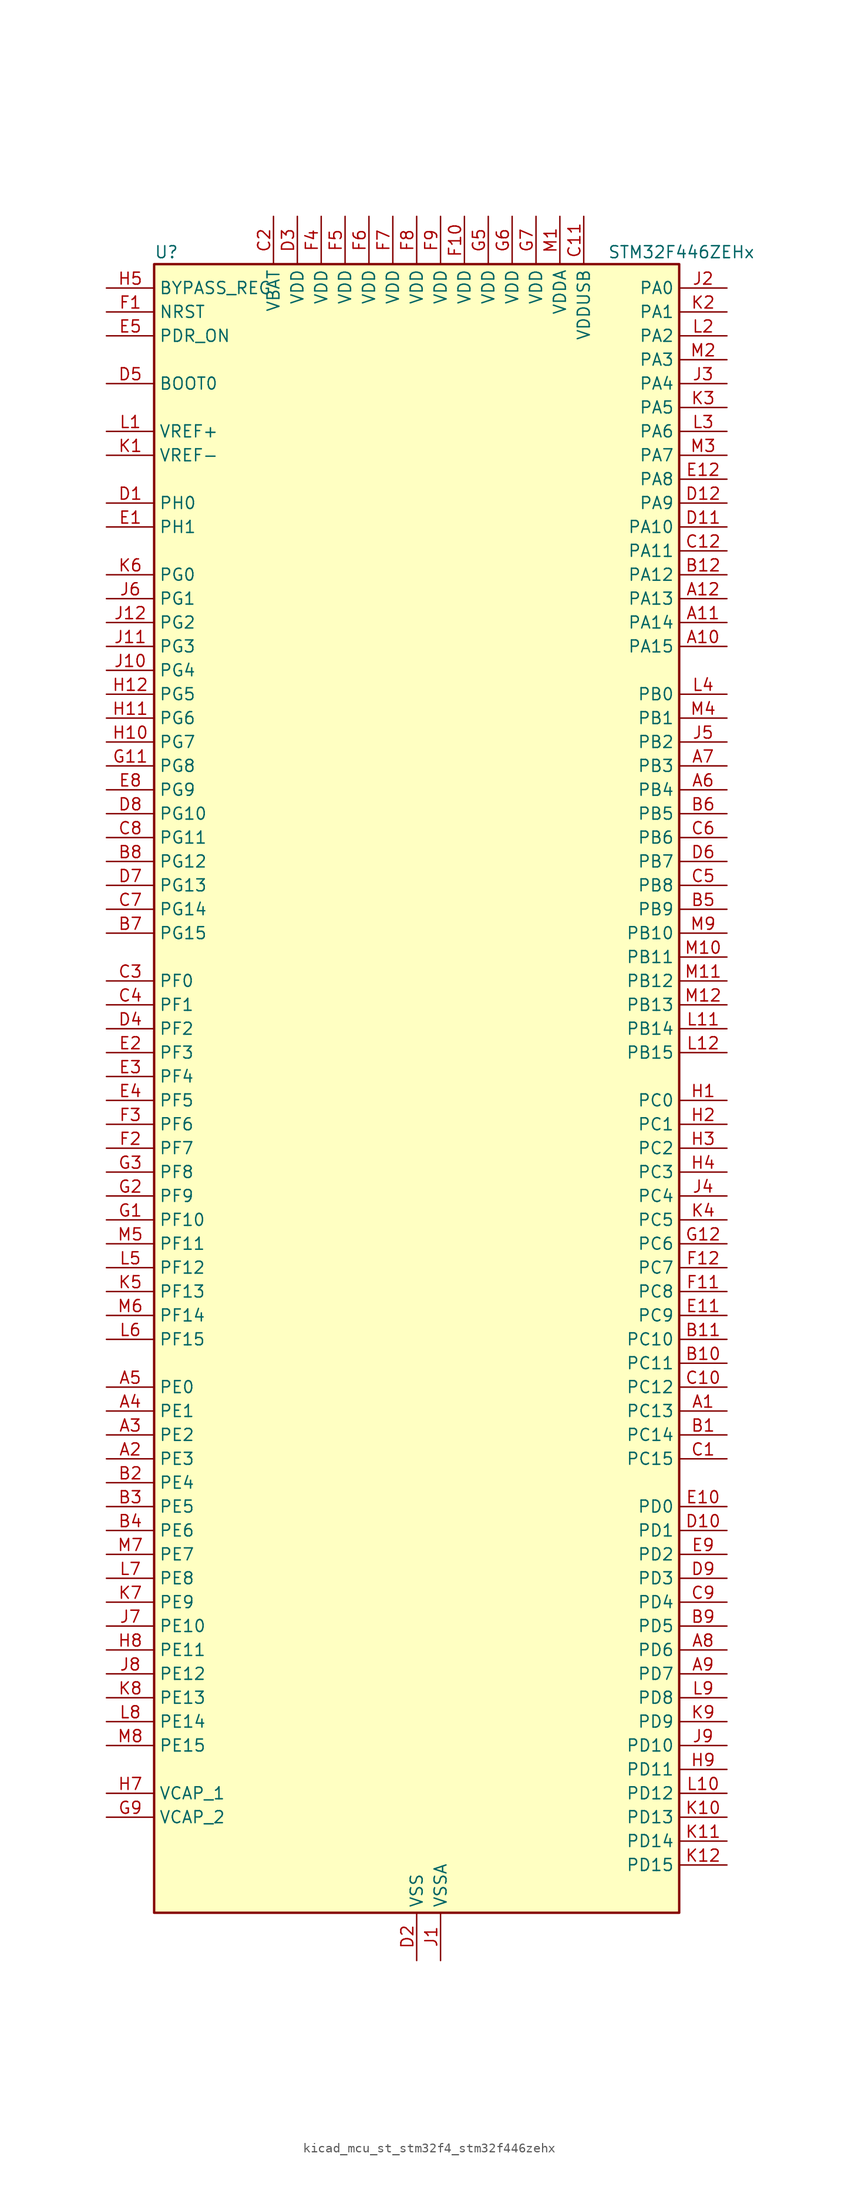
<source format=kicad_sym>
(kicad_symbol_lib
  (version 20220914)
  (generator kicad_symbol_editor)
  (symbol "kicad_mcu_st_stm32f4_stm32f446zehx"
    (property "Reference" "U"
      (at -27.94 90.17 0)
      (effects (font (size 1.27 1.27)) (justify left)))
    (property "Value" "STM32F446ZEHx"
      (at 20.32 90.17 0)
      (effects (font (size 1.27 1.27)) (justify left)))
    (property "ki_locked" ""
      (at 0 0 0)
      (effects (font (size 1.27 1.27))))
    (symbol "kicad_mcu_st_stm32f4_stm32f446zehx_0_1"
      (rectangle (start -27.94 -86.36) (end 27.94 88.9) (stroke (width 0.254) (type default)) (fill (type background))))
    (symbol "kicad_mcu_st_stm32f4_stm32f446zehx_1_1"
      (pin bidirectional line (at 33.02 -33.02 180) (length 5.08) (name "PC13" (effects (font (size 1.27 1.27)))) (number "A1" (effects (font (size 1.27 1.27)))) (alternate "RTC_AF1" bidirectional line) (alternate "SYS_WKUP1" bidirectional line))
      (pin bidirectional line (at 33.02 48.26 180) (length 5.08) (name "PA15" (effects (font (size 1.27 1.27)))) (number "A10" (effects (font (size 1.27 1.27)))) (alternate "ADC1_EXTI15" bidirectional line) (alternate "ADC2_EXTI15" bidirectional line) (alternate "ADC3_EXTI15" bidirectional line) (alternate "CEC" bidirectional line) (alternate "I2S1_WS" bidirectional line) (alternate "I2S3_WS" bidirectional line) (alternate "SPI1_NSS" bidirectional line) (alternate "SPI3_NSS" bidirectional line) (alternate "SYS_JTDI" bidirectional line) (alternate "TIM2_CH1" bidirectional line) (alternate "TIM2_ETR" bidirectional line) (alternate "UART4_RTS" bidirectional line))
      (pin bidirectional line (at 33.02 50.8 180) (length 5.08) (name "PA14" (effects (font (size 1.27 1.27)))) (number "A11" (effects (font (size 1.27 1.27)))) (alternate "SYS_JTCK-SWCLK" bidirectional line))
      (pin bidirectional line (at 33.02 53.34 180) (length 5.08) (name "PA13" (effects (font (size 1.27 1.27)))) (number "A12" (effects (font (size 1.27 1.27)))) (alternate "SYS_JTMS-SWDIO" bidirectional line))
      (pin bidirectional line (at -33.02 -38.1 0) (length 5.08) (name "PE3" (effects (font (size 1.27 1.27)))) (number "A2" (effects (font (size 1.27 1.27)))) (alternate "FMC_A19" bidirectional line) (alternate "SAI1_SD_B" bidirectional line) (alternate "SYS_TRACED0" bidirectional line))
      (pin bidirectional line (at -33.02 -35.56 0) (length 5.08) (name "PE2" (effects (font (size 1.27 1.27)))) (number "A3" (effects (font (size 1.27 1.27)))) (alternate "FMC_A23" bidirectional line) (alternate "QUADSPI_BK1_IO2" bidirectional line) (alternate "SAI1_MCLK_A" bidirectional line) (alternate "SPI4_SCK" bidirectional line) (alternate "SYS_TRACECLK" bidirectional line))
      (pin bidirectional line (at -33.02 -33.02 0) (length 5.08) (name "PE1" (effects (font (size 1.27 1.27)))) (number "A4" (effects (font (size 1.27 1.27)))) (alternate "DCMI_D3" bidirectional line) (alternate "FMC_NBL1" bidirectional line))
      (pin bidirectional line (at -33.02 -30.48 0) (length 5.08) (name "PE0" (effects (font (size 1.27 1.27)))) (number "A5" (effects (font (size 1.27 1.27)))) (alternate "DCMI_D2" bidirectional line) (alternate "FMC_NBL0" bidirectional line) (alternate "SAI2_MCLK_A" bidirectional line) (alternate "TIM4_ETR" bidirectional line))
      (pin bidirectional line (at 33.02 33.02 180) (length 5.08) (name "PB4" (effects (font (size 1.27 1.27)))) (number "A6" (effects (font (size 1.27 1.27)))) (alternate "I2C3_SDA" bidirectional line) (alternate "I2S2_WS" bidirectional line) (alternate "SPI1_MISO" bidirectional line) (alternate "SPI2_NSS" bidirectional line) (alternate "SPI3_MISO" bidirectional line) (alternate "SYS_JTRST" bidirectional line) (alternate "TIM3_CH1" bidirectional line))
      (pin bidirectional line (at 33.02 35.56 180) (length 5.08) (name "PB3" (effects (font (size 1.27 1.27)))) (number "A7" (effects (font (size 1.27 1.27)))) (alternate "I2C2_SDA" bidirectional line) (alternate "I2S1_CK" bidirectional line) (alternate "I2S3_CK" bidirectional line) (alternate "SPI1_SCK" bidirectional line) (alternate "SPI3_SCK" bidirectional line) (alternate "SYS_JTDO-SWO" bidirectional line) (alternate "TIM2_CH2" bidirectional line))
      (pin bidirectional line (at 33.02 -58.42 180) (length 5.08) (name "PD6" (effects (font (size 1.27 1.27)))) (number "A8" (effects (font (size 1.27 1.27)))) (alternate "DCMI_D10" bidirectional line) (alternate "FMC_NWAIT" bidirectional line) (alternate "I2S3_SD" bidirectional line) (alternate "SAI1_SD_A" bidirectional line) (alternate "SPI3_MOSI" bidirectional line) (alternate "USART2_RX" bidirectional line))
      (pin bidirectional line (at 33.02 -60.96 180) (length 5.08) (name "PD7" (effects (font (size 1.27 1.27)))) (number "A9" (effects (font (size 1.27 1.27)))) (alternate "FMC_NE1" bidirectional line) (alternate "SPDIFRX_IN0" bidirectional line) (alternate "USART2_CK" bidirectional line))
      (pin bidirectional line (at 33.02 -35.56 180) (length 5.08) (name "PC14" (effects (font (size 1.27 1.27)))) (number "B1" (effects (font (size 1.27 1.27)))) (alternate "RCC_OSC32_IN" bidirectional line))
      (pin bidirectional line (at 33.02 -27.94 180) (length 5.08) (name "PC11" (effects (font (size 1.27 1.27)))) (number "B10" (effects (font (size 1.27 1.27)))) (alternate "ADC1_EXTI11" bidirectional line) (alternate "ADC2_EXTI11" bidirectional line) (alternate "ADC3_EXTI11" bidirectional line) (alternate "DCMI_D4" bidirectional line) (alternate "QUADSPI_BK2_NCS" bidirectional line) (alternate "SDIO_D3" bidirectional line) (alternate "SPI3_MISO" bidirectional line) (alternate "UART4_RX" bidirectional line) (alternate "USART3_RX" bidirectional line))
      (pin bidirectional line (at 33.02 -25.4 180) (length 5.08) (name "PC10" (effects (font (size 1.27 1.27)))) (number "B11" (effects (font (size 1.27 1.27)))) (alternate "DCMI_D8" bidirectional line) (alternate "I2S3_CK" bidirectional line) (alternate "QUADSPI_BK1_IO1" bidirectional line) (alternate "SDIO_D2" bidirectional line) (alternate "SPI3_SCK" bidirectional line) (alternate "UART4_TX" bidirectional line) (alternate "USART3_TX" bidirectional line))
      (pin bidirectional line (at 33.02 55.88 180) (length 5.08) (name "PA12" (effects (font (size 1.27 1.27)))) (number "B12" (effects (font (size 1.27 1.27)))) (alternate "CAN1_TX" bidirectional line) (alternate "SAI2_FS_B" bidirectional line) (alternate "TIM1_ETR" bidirectional line) (alternate "USART1_RTS" bidirectional line) (alternate "USB_OTG_FS_DP" bidirectional line))
      (pin bidirectional line (at -33.02 -40.64 0) (length 5.08) (name "PE4" (effects (font (size 1.27 1.27)))) (number "B2" (effects (font (size 1.27 1.27)))) (alternate "DCMI_D4" bidirectional line) (alternate "FMC_A20" bidirectional line) (alternate "SAI1_FS_A" bidirectional line) (alternate "SPI4_NSS" bidirectional line) (alternate "SYS_TRACED1" bidirectional line))
      (pin bidirectional line (at -33.02 -43.18 0) (length 5.08) (name "PE5" (effects (font (size 1.27 1.27)))) (number "B3" (effects (font (size 1.27 1.27)))) (alternate "DCMI_D6" bidirectional line) (alternate "FMC_A21" bidirectional line) (alternate "SAI1_SCK_A" bidirectional line) (alternate "SPI4_MISO" bidirectional line) (alternate "SYS_TRACED2" bidirectional line) (alternate "TIM9_CH1" bidirectional line))
      (pin bidirectional line (at -33.02 -45.72 0) (length 5.08) (name "PE6" (effects (font (size 1.27 1.27)))) (number "B4" (effects (font (size 1.27 1.27)))) (alternate "DCMI_D7" bidirectional line) (alternate "FMC_A22" bidirectional line) (alternate "SAI1_SD_A" bidirectional line) (alternate "SPI4_MOSI" bidirectional line) (alternate "SYS_TRACED3" bidirectional line) (alternate "TIM9_CH2" bidirectional line))
      (pin bidirectional line (at 33.02 20.32 180) (length 5.08) (name "PB9" (effects (font (size 1.27 1.27)))) (number "B5" (effects (font (size 1.27 1.27)))) (alternate "CAN1_TX" bidirectional line) (alternate "DAC_EXTI9" bidirectional line) (alternate "DCMI_D7" bidirectional line) (alternate "I2C1_SDA" bidirectional line) (alternate "I2S2_WS" bidirectional line) (alternate "SAI1_FS_B" bidirectional line) (alternate "SDIO_D5" bidirectional line) (alternate "SPI2_NSS" bidirectional line) (alternate "TIM11_CH1" bidirectional line) (alternate "TIM2_CH2" bidirectional line) (alternate "TIM4_CH4" bidirectional line))
      (pin bidirectional line (at 33.02 30.48 180) (length 5.08) (name "PB5" (effects (font (size 1.27 1.27)))) (number "B6" (effects (font (size 1.27 1.27)))) (alternate "CAN2_RX" bidirectional line) (alternate "DCMI_D10" bidirectional line) (alternate "FMC_SDCKE1" bidirectional line) (alternate "I2C1_SMBA" bidirectional line) (alternate "I2S1_SD" bidirectional line) (alternate "I2S3_SD" bidirectional line) (alternate "SPI1_MOSI" bidirectional line) (alternate "SPI3_MOSI" bidirectional line) (alternate "TIM3_CH2" bidirectional line) (alternate "USB_OTG_HS_ULPI_D7" bidirectional line))
      (pin bidirectional line (at -33.02 17.78 0) (length 5.08) (name "PG15" (effects (font (size 1.27 1.27)))) (number "B7" (effects (font (size 1.27 1.27)))) (alternate "ADC1_EXTI15" bidirectional line) (alternate "ADC2_EXTI15" bidirectional line) (alternate "ADC3_EXTI15" bidirectional line) (alternate "DCMI_D13" bidirectional line) (alternate "FMC_SDNCAS" bidirectional line) (alternate "USART6_CTS" bidirectional line))
      (pin bidirectional line (at -33.02 25.4 0) (length 5.08) (name "PG12" (effects (font (size 1.27 1.27)))) (number "B8" (effects (font (size 1.27 1.27)))) (alternate "FMC_NE4" bidirectional line) (alternate "SPDIFRX_IN1" bidirectional line) (alternate "SPI4_MISO" bidirectional line) (alternate "USART6_RTS" bidirectional line))
      (pin bidirectional line (at 33.02 -55.88 180) (length 5.08) (name "PD5" (effects (font (size 1.27 1.27)))) (number "B9" (effects (font (size 1.27 1.27)))) (alternate "FMC_NWE" bidirectional line) (alternate "USART2_TX" bidirectional line))
      (pin bidirectional line (at 33.02 -38.1 180) (length 5.08) (name "PC15" (effects (font (size 1.27 1.27)))) (number "C1" (effects (font (size 1.27 1.27)))) (alternate "ADC1_EXTI15" bidirectional line) (alternate "ADC2_EXTI15" bidirectional line) (alternate "ADC3_EXTI15" bidirectional line) (alternate "RCC_OSC32_OUT" bidirectional line))
      (pin bidirectional line (at 33.02 -30.48 180) (length 5.08) (name "PC12" (effects (font (size 1.27 1.27)))) (number "C10" (effects (font (size 1.27 1.27)))) (alternate "DCMI_D9" bidirectional line) (alternate "I2C2_SDA" bidirectional line) (alternate "I2S3_SD" bidirectional line) (alternate "SDIO_CK" bidirectional line) (alternate "SPI3_MOSI" bidirectional line) (alternate "UART5_TX" bidirectional line) (alternate "USART3_CK" bidirectional line))
      (pin power_in line (at 17.78 93.98 270) (length 5.08) (name "VDDUSB" (effects (font (size 1.27 1.27)))) (number "C11" (effects (font (size 1.27 1.27)))))
      (pin bidirectional line (at 33.02 58.42 180) (length 5.08) (name "PA11" (effects (font (size 1.27 1.27)))) (number "C12" (effects (font (size 1.27 1.27)))) (alternate "ADC1_EXTI11" bidirectional line) (alternate "ADC2_EXTI11" bidirectional line) (alternate "ADC3_EXTI11" bidirectional line) (alternate "CAN1_RX" bidirectional line) (alternate "TIM1_CH4" bidirectional line) (alternate "USART1_CTS" bidirectional line) (alternate "USB_OTG_FS_DM" bidirectional line))
      (pin power_in line (at -15.24 93.98 270) (length 5.08) (name "VBAT" (effects (font (size 1.27 1.27)))) (number "C2" (effects (font (size 1.27 1.27)))))
      (pin bidirectional line (at -33.02 12.7 0) (length 5.08) (name "PF0" (effects (font (size 1.27 1.27)))) (number "C3" (effects (font (size 1.27 1.27)))) (alternate "FMC_A0" bidirectional line) (alternate "I2C2_SDA" bidirectional line))
      (pin bidirectional line (at -33.02 10.16 0) (length 5.08) (name "PF1" (effects (font (size 1.27 1.27)))) (number "C4" (effects (font (size 1.27 1.27)))) (alternate "FMC_A1" bidirectional line) (alternate "I2C2_SCL" bidirectional line))
      (pin bidirectional line (at 33.02 22.86 180) (length 5.08) (name "PB8" (effects (font (size 1.27 1.27)))) (number "C5" (effects (font (size 1.27 1.27)))) (alternate "CAN1_RX" bidirectional line) (alternate "DCMI_D6" bidirectional line) (alternate "I2C1_SCL" bidirectional line) (alternate "SDIO_D4" bidirectional line) (alternate "TIM10_CH1" bidirectional line) (alternate "TIM2_CH1" bidirectional line) (alternate "TIM2_ETR" bidirectional line) (alternate "TIM4_CH3" bidirectional line))
      (pin bidirectional line (at 33.02 27.94 180) (length 5.08) (name "PB6" (effects (font (size 1.27 1.27)))) (number "C6" (effects (font (size 1.27 1.27)))) (alternate "CAN2_TX" bidirectional line) (alternate "CEC" bidirectional line) (alternate "DCMI_D5" bidirectional line) (alternate "FMC_SDNE1" bidirectional line) (alternate "I2C1_SCL" bidirectional line) (alternate "QUADSPI_BK1_NCS" bidirectional line) (alternate "TIM4_CH1" bidirectional line) (alternate "USART1_TX" bidirectional line))
      (pin bidirectional line (at -33.02 20.32 0) (length 5.08) (name "PG14" (effects (font (size 1.27 1.27)))) (number "C7" (effects (font (size 1.27 1.27)))) (alternate "FMC_A25" bidirectional line) (alternate "QUADSPI_BK2_IO3" bidirectional line) (alternate "SPI4_NSS" bidirectional line) (alternate "SYS_TRACED3" bidirectional line) (alternate "USART6_TX" bidirectional line))
      (pin bidirectional line (at -33.02 27.94 0) (length 5.08) (name "PG11" (effects (font (size 1.27 1.27)))) (number "C8" (effects (font (size 1.27 1.27)))) (alternate "ADC1_EXTI11" bidirectional line) (alternate "ADC2_EXTI11" bidirectional line) (alternate "ADC3_EXTI11" bidirectional line) (alternate "DCMI_D3" bidirectional line) (alternate "SPDIFRX_IN0" bidirectional line) (alternate "SPI4_SCK" bidirectional line))
      (pin bidirectional line (at 33.02 -53.34 180) (length 5.08) (name "PD4" (effects (font (size 1.27 1.27)))) (number "C9" (effects (font (size 1.27 1.27)))) (alternate "FMC_NOE" bidirectional line) (alternate "USART2_RTS" bidirectional line))
      (pin bidirectional line (at -33.02 63.5 0) (length 5.08) (name "PH0" (effects (font (size 1.27 1.27)))) (number "D1" (effects (font (size 1.27 1.27)))) (alternate "RCC_OSC_IN" bidirectional line))
      (pin bidirectional line (at 33.02 -45.72 180) (length 5.08) (name "PD1" (effects (font (size 1.27 1.27)))) (number "D10" (effects (font (size 1.27 1.27)))) (alternate "CAN1_TX" bidirectional line) (alternate "FMC_D3" bidirectional line) (alternate "FMC_DA3" bidirectional line) (alternate "I2S2_WS" bidirectional line) (alternate "SPI2_NSS" bidirectional line))
      (pin bidirectional line (at 33.02 60.96 180) (length 5.08) (name "PA10" (effects (font (size 1.27 1.27)))) (number "D11" (effects (font (size 1.27 1.27)))) (alternate "DCMI_D1" bidirectional line) (alternate "TIM1_CH3" bidirectional line) (alternate "USART1_RX" bidirectional line) (alternate "USB_OTG_FS_ID" bidirectional line))
      (pin bidirectional line (at 33.02 63.5 180) (length 5.08) (name "PA9" (effects (font (size 1.27 1.27)))) (number "D12" (effects (font (size 1.27 1.27)))) (alternate "DAC_EXTI9" bidirectional line) (alternate "DCMI_D0" bidirectional line) (alternate "I2C3_SMBA" bidirectional line) (alternate "I2S2_CK" bidirectional line) (alternate "SAI1_SD_B" bidirectional line) (alternate "SPI2_SCK" bidirectional line) (alternate "TIM1_CH2" bidirectional line) (alternate "USART1_TX" bidirectional line) (alternate "USB_OTG_FS_VBUS" bidirectional line))
      (pin power_in line (at 0 -91.44 90) (length 5.08) (name "VSS" (effects (font (size 1.27 1.27)))) (number "D2" (effects (font (size 1.27 1.27)))))
      (pin power_in line (at -12.7 93.98 270) (length 5.08) (name "VDD" (effects (font (size 1.27 1.27)))) (number "D3" (effects (font (size 1.27 1.27)))))
      (pin bidirectional line (at -33.02 7.62 0) (length 5.08) (name "PF2" (effects (font (size 1.27 1.27)))) (number "D4" (effects (font (size 1.27 1.27)))) (alternate "FMC_A2" bidirectional line) (alternate "I2C2_SMBA" bidirectional line))
      (pin input line (at -33.02 76.2 0) (length 5.08) (name "BOOT0" (effects (font (size 1.27 1.27)))) (number "D5" (effects (font (size 1.27 1.27)))))
      (pin bidirectional line (at 33.02 25.4 180) (length 5.08) (name "PB7" (effects (font (size 1.27 1.27)))) (number "D6" (effects (font (size 1.27 1.27)))) (alternate "DCMI_VSYNC" bidirectional line) (alternate "FMC_NL" bidirectional line) (alternate "I2C1_SDA" bidirectional line) (alternate "SPDIFRX_IN0" bidirectional line) (alternate "TIM4_CH2" bidirectional line) (alternate "USART1_RX" bidirectional line))
      (pin bidirectional line (at -33.02 22.86 0) (length 5.08) (name "PG13" (effects (font (size 1.27 1.27)))) (number "D7" (effects (font (size 1.27 1.27)))) (alternate "FMC_A24" bidirectional line) (alternate "SPI4_MOSI" bidirectional line) (alternate "SYS_TRACED2" bidirectional line) (alternate "USART6_CTS" bidirectional line))
      (pin bidirectional line (at -33.02 30.48 0) (length 5.08) (name "PG10" (effects (font (size 1.27 1.27)))) (number "D8" (effects (font (size 1.27 1.27)))) (alternate "DCMI_D2" bidirectional line) (alternate "FMC_NE3" bidirectional line) (alternate "SAI2_SD_B" bidirectional line))
      (pin bidirectional line (at 33.02 -50.8 180) (length 5.08) (name "PD3" (effects (font (size 1.27 1.27)))) (number "D9" (effects (font (size 1.27 1.27)))) (alternate "DCMI_D5" bidirectional line) (alternate "FMC_CLK" bidirectional line) (alternate "I2S2_CK" bidirectional line) (alternate "QUADSPI_CLK" bidirectional line) (alternate "SPI2_SCK" bidirectional line) (alternate "SYS_TRACED1" bidirectional line) (alternate "USART2_CTS" bidirectional line))
      (pin bidirectional line (at -33.02 60.96 0) (length 5.08) (name "PH1" (effects (font (size 1.27 1.27)))) (number "E1" (effects (font (size 1.27 1.27)))) (alternate "RCC_OSC_OUT" bidirectional line))
      (pin bidirectional line (at 33.02 -43.18 180) (length 5.08) (name "PD0" (effects (font (size 1.27 1.27)))) (number "E10" (effects (font (size 1.27 1.27)))) (alternate "CAN1_RX" bidirectional line) (alternate "FMC_D2" bidirectional line) (alternate "FMC_DA2" bidirectional line) (alternate "I2S3_SD" bidirectional line) (alternate "SPI3_MOSI" bidirectional line) (alternate "SPI4_MISO" bidirectional line))
      (pin bidirectional line (at 33.02 -22.86 180) (length 5.08) (name "PC9" (effects (font (size 1.27 1.27)))) (number "E11" (effects (font (size 1.27 1.27)))) (alternate "DAC_EXTI9" bidirectional line) (alternate "DCMI_D3" bidirectional line) (alternate "I2C3_SDA" bidirectional line) (alternate "I2S_CKIN" bidirectional line) (alternate "QUADSPI_BK1_IO0" bidirectional line) (alternate "RCC_MCO_2" bidirectional line) (alternate "SDIO_D1" bidirectional line) (alternate "TIM3_CH4" bidirectional line) (alternate "TIM8_CH4" bidirectional line) (alternate "UART5_CTS" bidirectional line))
      (pin bidirectional line (at 33.02 66.04 180) (length 5.08) (name "PA8" (effects (font (size 1.27 1.27)))) (number "E12" (effects (font (size 1.27 1.27)))) (alternate "I2C3_SCL" bidirectional line) (alternate "RCC_MCO_1" bidirectional line) (alternate "TIM1_CH1" bidirectional line) (alternate "USART1_CK" bidirectional line) (alternate "USB_OTG_FS_SOF" bidirectional line))
      (pin bidirectional line (at -33.02 5.08 0) (length 5.08) (name "PF3" (effects (font (size 1.27 1.27)))) (number "E2" (effects (font (size 1.27 1.27)))) (alternate "ADC3_IN9" bidirectional line) (alternate "FMC_A3" bidirectional line))
      (pin bidirectional line (at -33.02 2.54 0) (length 5.08) (name "PF4" (effects (font (size 1.27 1.27)))) (number "E3" (effects (font (size 1.27 1.27)))) (alternate "ADC3_IN14" bidirectional line) (alternate "FMC_A4" bidirectional line))
      (pin bidirectional line (at -33.02 0 0) (length 5.08) (name "PF5" (effects (font (size 1.27 1.27)))) (number "E4" (effects (font (size 1.27 1.27)))) (alternate "ADC3_IN15" bidirectional line) (alternate "FMC_A5" bidirectional line))
      (pin input line (at -33.02 81.28 0) (length 5.08) (name "PDR_ON" (effects (font (size 1.27 1.27)))) (number "E5" (effects (font (size 1.27 1.27)))))
      (pin passive line (at 0 -91.44 90) (length 5.08) hide (name "VSS" (effects (font (size 1.27 1.27)))) (number "E6" (effects (font (size 1.27 1.27)))))
      (pin passive line (at 0 -91.44 90) (length 5.08) hide (name "VSS" (effects (font (size 1.27 1.27)))) (number "E7" (effects (font (size 1.27 1.27)))))
      (pin bidirectional line (at -33.02 33.02 0) (length 5.08) (name "PG9" (effects (font (size 1.27 1.27)))) (number "E8" (effects (font (size 1.27 1.27)))) (alternate "DAC_EXTI9" bidirectional line) (alternate "DCMI_VSYNC" bidirectional line) (alternate "FMC_NCE3" bidirectional line) (alternate "FMC_NE2" bidirectional line) (alternate "QUADSPI_BK2_IO2" bidirectional line) (alternate "SAI2_FS_B" bidirectional line) (alternate "SPDIFRX_IN3" bidirectional line) (alternate "USART6_RX" bidirectional line))
      (pin bidirectional line (at 33.02 -48.26 180) (length 5.08) (name "PD2" (effects (font (size 1.27 1.27)))) (number "E9" (effects (font (size 1.27 1.27)))) (alternate "DCMI_D11" bidirectional line) (alternate "SDIO_CMD" bidirectional line) (alternate "TIM3_ETR" bidirectional line) (alternate "UART5_RX" bidirectional line))
      (pin input line (at -33.02 83.82 0) (length 5.08) (name "NRST" (effects (font (size 1.27 1.27)))) (number "F1" (effects (font (size 1.27 1.27)))))
      (pin power_in line (at 5.08 93.98 270) (length 5.08) (name "VDD" (effects (font (size 1.27 1.27)))) (number "F10" (effects (font (size 1.27 1.27)))))
      (pin bidirectional line (at 33.02 -20.32 180) (length 5.08) (name "PC8" (effects (font (size 1.27 1.27)))) (number "F11" (effects (font (size 1.27 1.27)))) (alternate "DCMI_D2" bidirectional line) (alternate "SDIO_D0" bidirectional line) (alternate "SYS_TRACED0" bidirectional line) (alternate "TIM3_CH3" bidirectional line) (alternate "TIM8_CH3" bidirectional line) (alternate "UART5_RTS" bidirectional line) (alternate "USART6_CK" bidirectional line))
      (pin bidirectional line (at 33.02 -17.78 180) (length 5.08) (name "PC7" (effects (font (size 1.27 1.27)))) (number "F12" (effects (font (size 1.27 1.27)))) (alternate "DCMI_D1" bidirectional line) (alternate "FMPI2C1_SDA" bidirectional line) (alternate "I2S2_CK" bidirectional line) (alternate "I2S3_MCK" bidirectional line) (alternate "SDIO_D7" bidirectional line) (alternate "SPDIFRX_IN1" bidirectional line) (alternate "SPI2_SCK" bidirectional line) (alternate "TIM3_CH2" bidirectional line) (alternate "TIM8_CH2" bidirectional line) (alternate "USART6_RX" bidirectional line))
      (pin bidirectional line (at -33.02 -5.08 0) (length 5.08) (name "PF7" (effects (font (size 1.27 1.27)))) (number "F2" (effects (font (size 1.27 1.27)))) (alternate "ADC3_IN5" bidirectional line) (alternate "QUADSPI_BK1_IO2" bidirectional line) (alternate "SAI1_MCLK_B" bidirectional line) (alternate "TIM11_CH1" bidirectional line))
      (pin bidirectional line (at -33.02 -2.54 0) (length 5.08) (name "PF6" (effects (font (size 1.27 1.27)))) (number "F3" (effects (font (size 1.27 1.27)))) (alternate "ADC3_IN4" bidirectional line) (alternate "QUADSPI_BK1_IO3" bidirectional line) (alternate "SAI1_SD_B" bidirectional line) (alternate "TIM10_CH1" bidirectional line))
      (pin power_in line (at -10.16 93.98 270) (length 5.08) (name "VDD" (effects (font (size 1.27 1.27)))) (number "F4" (effects (font (size 1.27 1.27)))))
      (pin power_in line (at -7.62 93.98 270) (length 5.08) (name "VDD" (effects (font (size 1.27 1.27)))) (number "F5" (effects (font (size 1.27 1.27)))))
      (pin power_in line (at -5.08 93.98 270) (length 5.08) (name "VDD" (effects (font (size 1.27 1.27)))) (number "F6" (effects (font (size 1.27 1.27)))))
      (pin power_in line (at -2.54 93.98 270) (length 5.08) (name "VDD" (effects (font (size 1.27 1.27)))) (number "F7" (effects (font (size 1.27 1.27)))))
      (pin power_in line (at 0 93.98 270) (length 5.08) (name "VDD" (effects (font (size 1.27 1.27)))) (number "F8" (effects (font (size 1.27 1.27)))))
      (pin power_in line (at 2.54 93.98 270) (length 5.08) (name "VDD" (effects (font (size 1.27 1.27)))) (number "F9" (effects (font (size 1.27 1.27)))))
      (pin bidirectional line (at -33.02 -12.7 0) (length 5.08) (name "PF10" (effects (font (size 1.27 1.27)))) (number "G1" (effects (font (size 1.27 1.27)))) (alternate "ADC3_IN8" bidirectional line) (alternate "DCMI_D11" bidirectional line))
      (pin passive line (at 0 -91.44 90) (length 5.08) hide (name "VSS" (effects (font (size 1.27 1.27)))) (number "G10" (effects (font (size 1.27 1.27)))))
      (pin bidirectional line (at -33.02 35.56 0) (length 5.08) (name "PG8" (effects (font (size 1.27 1.27)))) (number "G11" (effects (font (size 1.27 1.27)))) (alternate "FMC_SDCLK" bidirectional line) (alternate "SPDIFRX_IN2" bidirectional line) (alternate "USART6_RTS" bidirectional line))
      (pin bidirectional line (at 33.02 -15.24 180) (length 5.08) (name "PC6" (effects (font (size 1.27 1.27)))) (number "G12" (effects (font (size 1.27 1.27)))) (alternate "DCMI_D0" bidirectional line) (alternate "FMPI2C1_SCL" bidirectional line) (alternate "I2S2_MCK" bidirectional line) (alternate "SDIO_D6" bidirectional line) (alternate "TIM3_CH1" bidirectional line) (alternate "TIM8_CH1" bidirectional line) (alternate "USART6_TX" bidirectional line))
      (pin bidirectional line (at -33.02 -10.16 0) (length 5.08) (name "PF9" (effects (font (size 1.27 1.27)))) (number "G2" (effects (font (size 1.27 1.27)))) (alternate "ADC3_IN7" bidirectional line) (alternate "DAC_EXTI9" bidirectional line) (alternate "QUADSPI_BK1_IO1" bidirectional line) (alternate "SAI1_FS_B" bidirectional line) (alternate "TIM14_CH1" bidirectional line))
      (pin bidirectional line (at -33.02 -7.62 0) (length 5.08) (name "PF8" (effects (font (size 1.27 1.27)))) (number "G3" (effects (font (size 1.27 1.27)))) (alternate "ADC3_IN6" bidirectional line) (alternate "QUADSPI_BK1_IO0" bidirectional line) (alternate "SAI1_SCK_B" bidirectional line) (alternate "TIM13_CH1" bidirectional line))
      (pin passive line (at 0 -91.44 90) (length 5.08) hide (name "VSS" (effects (font (size 1.27 1.27)))) (number "G4" (effects (font (size 1.27 1.27)))))
      (pin power_in line (at 7.62 93.98 270) (length 5.08) (name "VDD" (effects (font (size 1.27 1.27)))) (number "G5" (effects (font (size 1.27 1.27)))))
      (pin power_in line (at 10.16 93.98 270) (length 5.08) (name "VDD" (effects (font (size 1.27 1.27)))) (number "G6" (effects (font (size 1.27 1.27)))))
      (pin power_in line (at 12.7 93.98 270) (length 5.08) (name "VDD" (effects (font (size 1.27 1.27)))) (number "G7" (effects (font (size 1.27 1.27)))))
      (pin passive line (at 0 -91.44 90) (length 5.08) hide (name "VSS" (effects (font (size 1.27 1.27)))) (number "G8" (effects (font (size 1.27 1.27)))))
      (pin power_out line (at -33.02 -76.2 0) (length 5.08) (name "VCAP_2" (effects (font (size 1.27 1.27)))) (number "G9" (effects (font (size 1.27 1.27)))))
      (pin bidirectional line (at 33.02 0 180) (length 5.08) (name "PC0" (effects (font (size 1.27 1.27)))) (number "H1" (effects (font (size 1.27 1.27)))) (alternate "ADC1_IN10" bidirectional line) (alternate "ADC2_IN10" bidirectional line) (alternate "ADC3_IN10" bidirectional line) (alternate "FMC_SDNWE" bidirectional line) (alternate "SAI1_MCLK_B" bidirectional line) (alternate "USB_OTG_HS_ULPI_STP" bidirectional line))
      (pin bidirectional line (at -33.02 38.1 0) (length 5.08) (name "PG7" (effects (font (size 1.27 1.27)))) (number "H10" (effects (font (size 1.27 1.27)))) (alternate "DCMI_D13" bidirectional line) (alternate "FMC_INT3" bidirectional line) (alternate "USART6_CK" bidirectional line))
      (pin bidirectional line (at -33.02 40.64 0) (length 5.08) (name "PG6" (effects (font (size 1.27 1.27)))) (number "H11" (effects (font (size 1.27 1.27)))) (alternate "DCMI_D12" bidirectional line) (alternate "QUADSPI_BK1_NCS" bidirectional line))
      (pin bidirectional line (at -33.02 43.18 0) (length 5.08) (name "PG5" (effects (font (size 1.27 1.27)))) (number "H12" (effects (font (size 1.27 1.27)))) (alternate "FMC_A15" bidirectional line) (alternate "FMC_BA1" bidirectional line))
      (pin bidirectional line (at 33.02 -2.54 180) (length 5.08) (name "PC1" (effects (font (size 1.27 1.27)))) (number "H2" (effects (font (size 1.27 1.27)))) (alternate "ADC1_IN11" bidirectional line) (alternate "ADC2_IN11" bidirectional line) (alternate "ADC3_IN11" bidirectional line) (alternate "I2S2_SD" bidirectional line) (alternate "I2S3_SD" bidirectional line) (alternate "SAI1_SD_A" bidirectional line) (alternate "SPI2_MOSI" bidirectional line) (alternate "SPI3_MOSI" bidirectional line))
      (pin bidirectional line (at 33.02 -5.08 180) (length 5.08) (name "PC2" (effects (font (size 1.27 1.27)))) (number "H3" (effects (font (size 1.27 1.27)))) (alternate "ADC1_IN12" bidirectional line) (alternate "ADC2_IN12" bidirectional line) (alternate "ADC3_IN12" bidirectional line) (alternate "FMC_SDNE0" bidirectional line) (alternate "SPI2_MISO" bidirectional line) (alternate "USB_OTG_HS_ULPI_DIR" bidirectional line))
      (pin bidirectional line (at 33.02 -7.62 180) (length 5.08) (name "PC3" (effects (font (size 1.27 1.27)))) (number "H4" (effects (font (size 1.27 1.27)))) (alternate "ADC1_IN13" bidirectional line) (alternate "ADC2_IN13" bidirectional line) (alternate "ADC3_IN13" bidirectional line) (alternate "FMC_SDCKE0" bidirectional line) (alternate "I2S2_SD" bidirectional line) (alternate "SPI2_MOSI" bidirectional line) (alternate "USB_OTG_HS_ULPI_NXT" bidirectional line))
      (pin input line (at -33.02 86.36 0) (length 5.08) (name "BYPASS_REG" (effects (font (size 1.27 1.27)))) (number "H5" (effects (font (size 1.27 1.27)))))
      (pin passive line (at 0 -91.44 90) (length 5.08) hide (name "VSS" (effects (font (size 1.27 1.27)))) (number "H6" (effects (font (size 1.27 1.27)))))
      (pin power_out line (at -33.02 -73.66 0) (length 5.08) (name "VCAP_1" (effects (font (size 1.27 1.27)))) (number "H7" (effects (font (size 1.27 1.27)))))
      (pin bidirectional line (at -33.02 -58.42 0) (length 5.08) (name "PE11" (effects (font (size 1.27 1.27)))) (number "H8" (effects (font (size 1.27 1.27)))) (alternate "ADC1_EXTI11" bidirectional line) (alternate "ADC2_EXTI11" bidirectional line) (alternate "ADC3_EXTI11" bidirectional line) (alternate "FMC_D8" bidirectional line) (alternate "FMC_DA8" bidirectional line) (alternate "SAI2_SD_B" bidirectional line) (alternate "SPI4_NSS" bidirectional line) (alternate "TIM1_CH2" bidirectional line))
      (pin bidirectional line (at 33.02 -71.12 180) (length 5.08) (name "PD11" (effects (font (size 1.27 1.27)))) (number "H9" (effects (font (size 1.27 1.27)))) (alternate "ADC1_EXTI11" bidirectional line) (alternate "ADC2_EXTI11" bidirectional line) (alternate "ADC3_EXTI11" bidirectional line) (alternate "FMC_A16" bidirectional line) (alternate "FMC_CLE" bidirectional line) (alternate "FMPI2C1_SMBA" bidirectional line) (alternate "QUADSPI_BK1_IO0" bidirectional line) (alternate "SAI2_SD_A" bidirectional line) (alternate "USART3_CTS" bidirectional line))
      (pin power_in line (at 2.54 -91.44 90) (length 5.08) (name "VSSA" (effects (font (size 1.27 1.27)))) (number "J1" (effects (font (size 1.27 1.27)))))
      (pin bidirectional line (at -33.02 45.72 0) (length 5.08) (name "PG4" (effects (font (size 1.27 1.27)))) (number "J10" (effects (font (size 1.27 1.27)))) (alternate "FMC_A14" bidirectional line) (alternate "FMC_BA0" bidirectional line))
      (pin bidirectional line (at -33.02 48.26 0) (length 5.08) (name "PG3" (effects (font (size 1.27 1.27)))) (number "J11" (effects (font (size 1.27 1.27)))) (alternate "FMC_A13" bidirectional line))
      (pin bidirectional line (at -33.02 50.8 0) (length 5.08) (name "PG2" (effects (font (size 1.27 1.27)))) (number "J12" (effects (font (size 1.27 1.27)))) (alternate "FMC_A12" bidirectional line))
      (pin bidirectional line (at 33.02 86.36 180) (length 5.08) (name "PA0" (effects (font (size 1.27 1.27)))) (number "J2" (effects (font (size 1.27 1.27)))) (alternate "ADC1_IN0" bidirectional line) (alternate "ADC2_IN0" bidirectional line) (alternate "ADC3_IN0" bidirectional line) (alternate "RTC_AF2" bidirectional line) (alternate "SYS_WKUP0" bidirectional line) (alternate "TIM2_CH1" bidirectional line) (alternate "TIM2_ETR" bidirectional line) (alternate "TIM5_CH1" bidirectional line) (alternate "TIM8_ETR" bidirectional line) (alternate "UART4_TX" bidirectional line) (alternate "USART2_CTS" bidirectional line))
      (pin bidirectional line (at 33.02 76.2 180) (length 5.08) (name "PA4" (effects (font (size 1.27 1.27)))) (number "J3" (effects (font (size 1.27 1.27)))) (alternate "ADC1_IN4" bidirectional line) (alternate "ADC2_IN4" bidirectional line) (alternate "DAC_OUT1" bidirectional line) (alternate "DCMI_HSYNC" bidirectional line) (alternate "I2S1_WS" bidirectional line) (alternate "I2S3_WS" bidirectional line) (alternate "SPI1_NSS" bidirectional line) (alternate "SPI3_NSS" bidirectional line) (alternate "USART2_CK" bidirectional line) (alternate "USB_OTG_HS_SOF" bidirectional line))
      (pin bidirectional line (at 33.02 -10.16 180) (length 5.08) (name "PC4" (effects (font (size 1.27 1.27)))) (number "J4" (effects (font (size 1.27 1.27)))) (alternate "ADC1_IN14" bidirectional line) (alternate "ADC2_IN14" bidirectional line) (alternate "FMC_SDNE0" bidirectional line) (alternate "I2S1_MCK" bidirectional line) (alternate "SPDIFRX_IN2" bidirectional line))
      (pin bidirectional line (at 33.02 38.1 180) (length 5.08) (name "PB2" (effects (font (size 1.27 1.27)))) (number "J5" (effects (font (size 1.27 1.27)))) (alternate "I2S3_SD" bidirectional line) (alternate "QUADSPI_CLK" bidirectional line) (alternate "SAI1_SD_A" bidirectional line) (alternate "SDIO_CK" bidirectional line) (alternate "SPI3_MOSI" bidirectional line) (alternate "TIM2_CH4" bidirectional line) (alternate "USB_OTG_HS_ULPI_D4" bidirectional line))
      (pin bidirectional line (at -33.02 53.34 0) (length 5.08) (name "PG1" (effects (font (size 1.27 1.27)))) (number "J6" (effects (font (size 1.27 1.27)))) (alternate "FMC_A11" bidirectional line))
      (pin bidirectional line (at -33.02 -55.88 0) (length 5.08) (name "PE10" (effects (font (size 1.27 1.27)))) (number "J7" (effects (font (size 1.27 1.27)))) (alternate "FMC_D7" bidirectional line) (alternate "FMC_DA7" bidirectional line) (alternate "QUADSPI_BK2_IO3" bidirectional line) (alternate "TIM1_CH2N" bidirectional line))
      (pin bidirectional line (at -33.02 -60.96 0) (length 5.08) (name "PE12" (effects (font (size 1.27 1.27)))) (number "J8" (effects (font (size 1.27 1.27)))) (alternate "FMC_D9" bidirectional line) (alternate "FMC_DA9" bidirectional line) (alternate "SAI2_SCK_B" bidirectional line) (alternate "SPI4_SCK" bidirectional line) (alternate "TIM1_CH3N" bidirectional line))
      (pin bidirectional line (at 33.02 -68.58 180) (length 5.08) (name "PD10" (effects (font (size 1.27 1.27)))) (number "J9" (effects (font (size 1.27 1.27)))) (alternate "FMC_D15" bidirectional line) (alternate "FMC_DA15" bidirectional line) (alternate "USART3_CK" bidirectional line))
      (pin input line (at -33.02 68.58 0) (length 5.08) (name "VREF-" (effects (font (size 1.27 1.27)))) (number "K1" (effects (font (size 1.27 1.27)))))
      (pin bidirectional line (at 33.02 -76.2 180) (length 5.08) (name "PD13" (effects (font (size 1.27 1.27)))) (number "K10" (effects (font (size 1.27 1.27)))) (alternate "FMC_A18" bidirectional line) (alternate "FMPI2C1_SDA" bidirectional line) (alternate "QUADSPI_BK1_IO3" bidirectional line) (alternate "SAI2_SCK_A" bidirectional line) (alternate "TIM4_CH2" bidirectional line))
      (pin bidirectional line (at 33.02 -78.74 180) (length 5.08) (name "PD14" (effects (font (size 1.27 1.27)))) (number "K11" (effects (font (size 1.27 1.27)))) (alternate "FMC_D0" bidirectional line) (alternate "FMC_DA0" bidirectional line) (alternate "FMPI2C1_SCL" bidirectional line) (alternate "SAI2_SCK_A" bidirectional line) (alternate "TIM4_CH3" bidirectional line))
      (pin bidirectional line (at 33.02 -81.28 180) (length 5.08) (name "PD15" (effects (font (size 1.27 1.27)))) (number "K12" (effects (font (size 1.27 1.27)))) (alternate "ADC1_EXTI15" bidirectional line) (alternate "ADC2_EXTI15" bidirectional line) (alternate "ADC3_EXTI15" bidirectional line) (alternate "FMC_D1" bidirectional line) (alternate "FMC_DA1" bidirectional line) (alternate "FMPI2C1_SDA" bidirectional line) (alternate "TIM4_CH4" bidirectional line))
      (pin bidirectional line (at 33.02 83.82 180) (length 5.08) (name "PA1" (effects (font (size 1.27 1.27)))) (number "K2" (effects (font (size 1.27 1.27)))) (alternate "ADC1_IN1" bidirectional line) (alternate "ADC2_IN1" bidirectional line) (alternate "ADC3_IN1" bidirectional line) (alternate "QUADSPI_BK1_IO3" bidirectional line) (alternate "SAI2_MCLK_B" bidirectional line) (alternate "TIM2_CH2" bidirectional line) (alternate "TIM5_CH2" bidirectional line) (alternate "UART4_RX" bidirectional line) (alternate "USART2_RTS" bidirectional line))
      (pin bidirectional line (at 33.02 73.66 180) (length 5.08) (name "PA5" (effects (font (size 1.27 1.27)))) (number "K3" (effects (font (size 1.27 1.27)))) (alternate "ADC1_IN5" bidirectional line) (alternate "ADC2_IN5" bidirectional line) (alternate "DAC_OUT2" bidirectional line) (alternate "I2S1_CK" bidirectional line) (alternate "SPI1_SCK" bidirectional line) (alternate "TIM2_CH1" bidirectional line) (alternate "TIM2_ETR" bidirectional line) (alternate "TIM8_CH1N" bidirectional line) (alternate "USB_OTG_HS_ULPI_CK" bidirectional line))
      (pin bidirectional line (at 33.02 -12.7 180) (length 5.08) (name "PC5" (effects (font (size 1.27 1.27)))) (number "K4" (effects (font (size 1.27 1.27)))) (alternate "ADC1_IN15" bidirectional line) (alternate "ADC2_IN15" bidirectional line) (alternate "FMC_SDCKE0" bidirectional line) (alternate "SPDIFRX_IN3" bidirectional line) (alternate "USART3_RX" bidirectional line))
      (pin bidirectional line (at -33.02 -20.32 0) (length 5.08) (name "PF13" (effects (font (size 1.27 1.27)))) (number "K5" (effects (font (size 1.27 1.27)))) (alternate "FMC_A7" bidirectional line) (alternate "FMPI2C1_SMBA" bidirectional line))
      (pin bidirectional line (at -33.02 55.88 0) (length 5.08) (name "PG0" (effects (font (size 1.27 1.27)))) (number "K6" (effects (font (size 1.27 1.27)))) (alternate "FMC_A10" bidirectional line))
      (pin bidirectional line (at -33.02 -53.34 0) (length 5.08) (name "PE9" (effects (font (size 1.27 1.27)))) (number "K7" (effects (font (size 1.27 1.27)))) (alternate "DAC_EXTI9" bidirectional line) (alternate "FMC_D6" bidirectional line) (alternate "FMC_DA6" bidirectional line) (alternate "QUADSPI_BK2_IO2" bidirectional line) (alternate "TIM1_CH1" bidirectional line))
      (pin bidirectional line (at -33.02 -63.5 0) (length 5.08) (name "PE13" (effects (font (size 1.27 1.27)))) (number "K8" (effects (font (size 1.27 1.27)))) (alternate "FMC_D10" bidirectional line) (alternate "FMC_DA10" bidirectional line) (alternate "SAI2_FS_B" bidirectional line) (alternate "SPI4_MISO" bidirectional line) (alternate "TIM1_CH3" bidirectional line))
      (pin bidirectional line (at 33.02 -66.04 180) (length 5.08) (name "PD9" (effects (font (size 1.27 1.27)))) (number "K9" (effects (font (size 1.27 1.27)))) (alternate "DAC_EXTI9" bidirectional line) (alternate "FMC_D14" bidirectional line) (alternate "FMC_DA14" bidirectional line) (alternate "USART3_RX" bidirectional line))
      (pin input line (at -33.02 71.12 0) (length 5.08) (name "VREF+" (effects (font (size 1.27 1.27)))) (number "L1" (effects (font (size 1.27 1.27)))))
      (pin bidirectional line (at 33.02 -73.66 180) (length 5.08) (name "PD12" (effects (font (size 1.27 1.27)))) (number "L10" (effects (font (size 1.27 1.27)))) (alternate "FMC_A17" bidirectional line) (alternate "FMC_ALE" bidirectional line) (alternate "FMPI2C1_SCL" bidirectional line) (alternate "QUADSPI_BK1_IO1" bidirectional line) (alternate "SAI2_FS_A" bidirectional line) (alternate "TIM4_CH1" bidirectional line) (alternate "USART3_RTS" bidirectional line))
      (pin bidirectional line (at 33.02 7.62 180) (length 5.08) (name "PB14" (effects (font (size 1.27 1.27)))) (number "L11" (effects (font (size 1.27 1.27)))) (alternate "SPI2_MISO" bidirectional line) (alternate "TIM12_CH1" bidirectional line) (alternate "TIM1_CH2N" bidirectional line) (alternate "TIM8_CH2N" bidirectional line) (alternate "USART3_RTS" bidirectional line) (alternate "USB_OTG_HS_DM" bidirectional line))
      (pin bidirectional line (at 33.02 5.08 180) (length 5.08) (name "PB15" (effects (font (size 1.27 1.27)))) (number "L12" (effects (font (size 1.27 1.27)))) (alternate "ADC1_EXTI15" bidirectional line) (alternate "ADC2_EXTI15" bidirectional line) (alternate "ADC3_EXTI15" bidirectional line) (alternate "I2S2_SD" bidirectional line) (alternate "RTC_REFIN" bidirectional line) (alternate "SPI2_MOSI" bidirectional line) (alternate "TIM12_CH2" bidirectional line) (alternate "TIM1_CH3N" bidirectional line) (alternate "TIM8_CH3N" bidirectional line) (alternate "USB_OTG_HS_DP" bidirectional line))
      (pin bidirectional line (at 33.02 81.28 180) (length 5.08) (name "PA2" (effects (font (size 1.27 1.27)))) (number "L2" (effects (font (size 1.27 1.27)))) (alternate "ADC1_IN2" bidirectional line) (alternate "ADC2_IN2" bidirectional line) (alternate "ADC3_IN2" bidirectional line) (alternate "SAI2_SCK_B" bidirectional line) (alternate "TIM2_CH3" bidirectional line) (alternate "TIM5_CH3" bidirectional line) (alternate "TIM9_CH1" bidirectional line) (alternate "USART2_TX" bidirectional line))
      (pin bidirectional line (at 33.02 71.12 180) (length 5.08) (name "PA6" (effects (font (size 1.27 1.27)))) (number "L3" (effects (font (size 1.27 1.27)))) (alternate "ADC1_IN6" bidirectional line) (alternate "ADC2_IN6" bidirectional line) (alternate "DCMI_PIXCLK" bidirectional line) (alternate "I2S2_MCK" bidirectional line) (alternate "SPI1_MISO" bidirectional line) (alternate "TIM13_CH1" bidirectional line) (alternate "TIM1_BKIN" bidirectional line) (alternate "TIM3_CH1" bidirectional line) (alternate "TIM8_BKIN" bidirectional line))
      (pin bidirectional line (at 33.02 43.18 180) (length 5.08) (name "PB0" (effects (font (size 1.27 1.27)))) (number "L4" (effects (font (size 1.27 1.27)))) (alternate "ADC1_IN8" bidirectional line) (alternate "ADC2_IN8" bidirectional line) (alternate "I2S3_SD" bidirectional line) (alternate "SDIO_D1" bidirectional line) (alternate "SPI3_MOSI" bidirectional line) (alternate "TIM1_CH2N" bidirectional line) (alternate "TIM3_CH3" bidirectional line) (alternate "TIM8_CH2N" bidirectional line) (alternate "UART4_CTS" bidirectional line) (alternate "USB_OTG_HS_ULPI_D1" bidirectional line))
      (pin bidirectional line (at -33.02 -17.78 0) (length 5.08) (name "PF12" (effects (font (size 1.27 1.27)))) (number "L5" (effects (font (size 1.27 1.27)))) (alternate "FMC_A6" bidirectional line))
      (pin bidirectional line (at -33.02 -25.4 0) (length 5.08) (name "PF15" (effects (font (size 1.27 1.27)))) (number "L6" (effects (font (size 1.27 1.27)))) (alternate "ADC1_EXTI15" bidirectional line) (alternate "ADC2_EXTI15" bidirectional line) (alternate "ADC3_EXTI15" bidirectional line) (alternate "FMC_A9" bidirectional line) (alternate "FMPI2C1_SDA" bidirectional line))
      (pin bidirectional line (at -33.02 -50.8 0) (length 5.08) (name "PE8" (effects (font (size 1.27 1.27)))) (number "L7" (effects (font (size 1.27 1.27)))) (alternate "FMC_D5" bidirectional line) (alternate "FMC_DA5" bidirectional line) (alternate "QUADSPI_BK2_IO1" bidirectional line) (alternate "TIM1_CH1N" bidirectional line) (alternate "UART5_TX" bidirectional line))
      (pin bidirectional line (at -33.02 -66.04 0) (length 5.08) (name "PE14" (effects (font (size 1.27 1.27)))) (number "L8" (effects (font (size 1.27 1.27)))) (alternate "FMC_D11" bidirectional line) (alternate "FMC_DA11" bidirectional line) (alternate "SAI2_MCLK_B" bidirectional line) (alternate "SPI4_MOSI" bidirectional line) (alternate "TIM1_CH4" bidirectional line))
      (pin bidirectional line (at 33.02 -63.5 180) (length 5.08) (name "PD8" (effects (font (size 1.27 1.27)))) (number "L9" (effects (font (size 1.27 1.27)))) (alternate "FMC_D13" bidirectional line) (alternate "FMC_DA13" bidirectional line) (alternate "SPDIFRX_IN1" bidirectional line) (alternate "USART3_TX" bidirectional line))
      (pin power_in line (at 15.24 93.98 270) (length 5.08) (name "VDDA" (effects (font (size 1.27 1.27)))) (number "M1" (effects (font (size 1.27 1.27)))))
      (pin bidirectional line (at 33.02 15.24 180) (length 5.08) (name "PB11" (effects (font (size 1.27 1.27)))) (number "M10" (effects (font (size 1.27 1.27)))) (alternate "ADC1_EXTI11" bidirectional line) (alternate "ADC2_EXTI11" bidirectional line) (alternate "ADC3_EXTI11" bidirectional line) (alternate "I2C2_SDA" bidirectional line) (alternate "SAI2_SD_A" bidirectional line) (alternate "TIM2_CH4" bidirectional line) (alternate "USART3_RX" bidirectional line))
      (pin bidirectional line (at 33.02 12.7 180) (length 5.08) (name "PB12" (effects (font (size 1.27 1.27)))) (number "M11" (effects (font (size 1.27 1.27)))) (alternate "CAN2_RX" bidirectional line) (alternate "I2C2_SMBA" bidirectional line) (alternate "I2S2_WS" bidirectional line) (alternate "SAI1_SCK_B" bidirectional line) (alternate "SPI2_NSS" bidirectional line) (alternate "TIM1_BKIN" bidirectional line) (alternate "USART3_CK" bidirectional line) (alternate "USB_OTG_HS_ID" bidirectional line) (alternate "USB_OTG_HS_ULPI_D5" bidirectional line))
      (pin bidirectional line (at 33.02 10.16 180) (length 5.08) (name "PB13" (effects (font (size 1.27 1.27)))) (number "M12" (effects (font (size 1.27 1.27)))) (alternate "CAN2_TX" bidirectional line) (alternate "I2S2_CK" bidirectional line) (alternate "SPI2_SCK" bidirectional line) (alternate "TIM1_CH1N" bidirectional line) (alternate "USART3_CTS" bidirectional line) (alternate "USB_OTG_HS_ULPI_D6" bidirectional line) (alternate "USB_OTG_HS_VBUS" bidirectional line))
      (pin bidirectional line (at 33.02 78.74 180) (length 5.08) (name "PA3" (effects (font (size 1.27 1.27)))) (number "M2" (effects (font (size 1.27 1.27)))) (alternate "ADC1_IN3" bidirectional line) (alternate "ADC2_IN3" bidirectional line) (alternate "ADC3_IN3" bidirectional line) (alternate "SAI1_FS_A" bidirectional line) (alternate "TIM2_CH4" bidirectional line) (alternate "TIM5_CH4" bidirectional line) (alternate "TIM9_CH2" bidirectional line) (alternate "USART2_RX" bidirectional line) (alternate "USB_OTG_HS_ULPI_D0" bidirectional line))
      (pin bidirectional line (at 33.02 68.58 180) (length 5.08) (name "PA7" (effects (font (size 1.27 1.27)))) (number "M3" (effects (font (size 1.27 1.27)))) (alternate "ADC1_IN7" bidirectional line) (alternate "ADC2_IN7" bidirectional line) (alternate "FMC_SDNWE" bidirectional line) (alternate "I2S1_SD" bidirectional line) (alternate "SPI1_MOSI" bidirectional line) (alternate "TIM14_CH1" bidirectional line) (alternate "TIM1_CH1N" bidirectional line) (alternate "TIM3_CH2" bidirectional line) (alternate "TIM8_CH1N" bidirectional line))
      (pin bidirectional line (at 33.02 40.64 180) (length 5.08) (name "PB1" (effects (font (size 1.27 1.27)))) (number "M4" (effects (font (size 1.27 1.27)))) (alternate "ADC1_IN9" bidirectional line) (alternate "ADC2_IN9" bidirectional line) (alternate "SDIO_D2" bidirectional line) (alternate "TIM1_CH3N" bidirectional line) (alternate "TIM3_CH4" bidirectional line) (alternate "TIM8_CH3N" bidirectional line) (alternate "USB_OTG_HS_ULPI_D2" bidirectional line))
      (pin bidirectional line (at -33.02 -15.24 0) (length 5.08) (name "PF11" (effects (font (size 1.27 1.27)))) (number "M5" (effects (font (size 1.27 1.27)))) (alternate "ADC1_EXTI11" bidirectional line) (alternate "ADC2_EXTI11" bidirectional line) (alternate "ADC3_EXTI11" bidirectional line) (alternate "DCMI_D12" bidirectional line) (alternate "FMC_SDNRAS" bidirectional line) (alternate "SAI2_SD_B" bidirectional line))
      (pin bidirectional line (at -33.02 -22.86 0) (length 5.08) (name "PF14" (effects (font (size 1.27 1.27)))) (number "M6" (effects (font (size 1.27 1.27)))) (alternate "FMC_A8" bidirectional line) (alternate "FMPI2C1_SCL" bidirectional line))
      (pin bidirectional line (at -33.02 -48.26 0) (length 5.08) (name "PE7" (effects (font (size 1.27 1.27)))) (number "M7" (effects (font (size 1.27 1.27)))) (alternate "FMC_D4" bidirectional line) (alternate "FMC_DA4" bidirectional line) (alternate "QUADSPI_BK2_IO0" bidirectional line) (alternate "TIM1_ETR" bidirectional line) (alternate "UART5_RX" bidirectional line))
      (pin bidirectional line (at -33.02 -68.58 0) (length 5.08) (name "PE15" (effects (font (size 1.27 1.27)))) (number "M8" (effects (font (size 1.27 1.27)))) (alternate "ADC1_EXTI15" bidirectional line) (alternate "ADC2_EXTI15" bidirectional line) (alternate "ADC3_EXTI15" bidirectional line) (alternate "FMC_D12" bidirectional line) (alternate "FMC_DA12" bidirectional line) (alternate "TIM1_BKIN" bidirectional line))
      (pin bidirectional line (at 33.02 17.78 180) (length 5.08) (name "PB10" (effects (font (size 1.27 1.27)))) (number "M9" (effects (font (size 1.27 1.27)))) (alternate "I2C2_SCL" bidirectional line) (alternate "I2S2_CK" bidirectional line) (alternate "SAI1_SCK_A" bidirectional line) (alternate "SPI2_SCK" bidirectional line) (alternate "TIM2_CH3" bidirectional line) (alternate "USART3_TX" bidirectional line) (alternate "USB_OTG_HS_ULPI_D3" bidirectional line)))))
</source>
